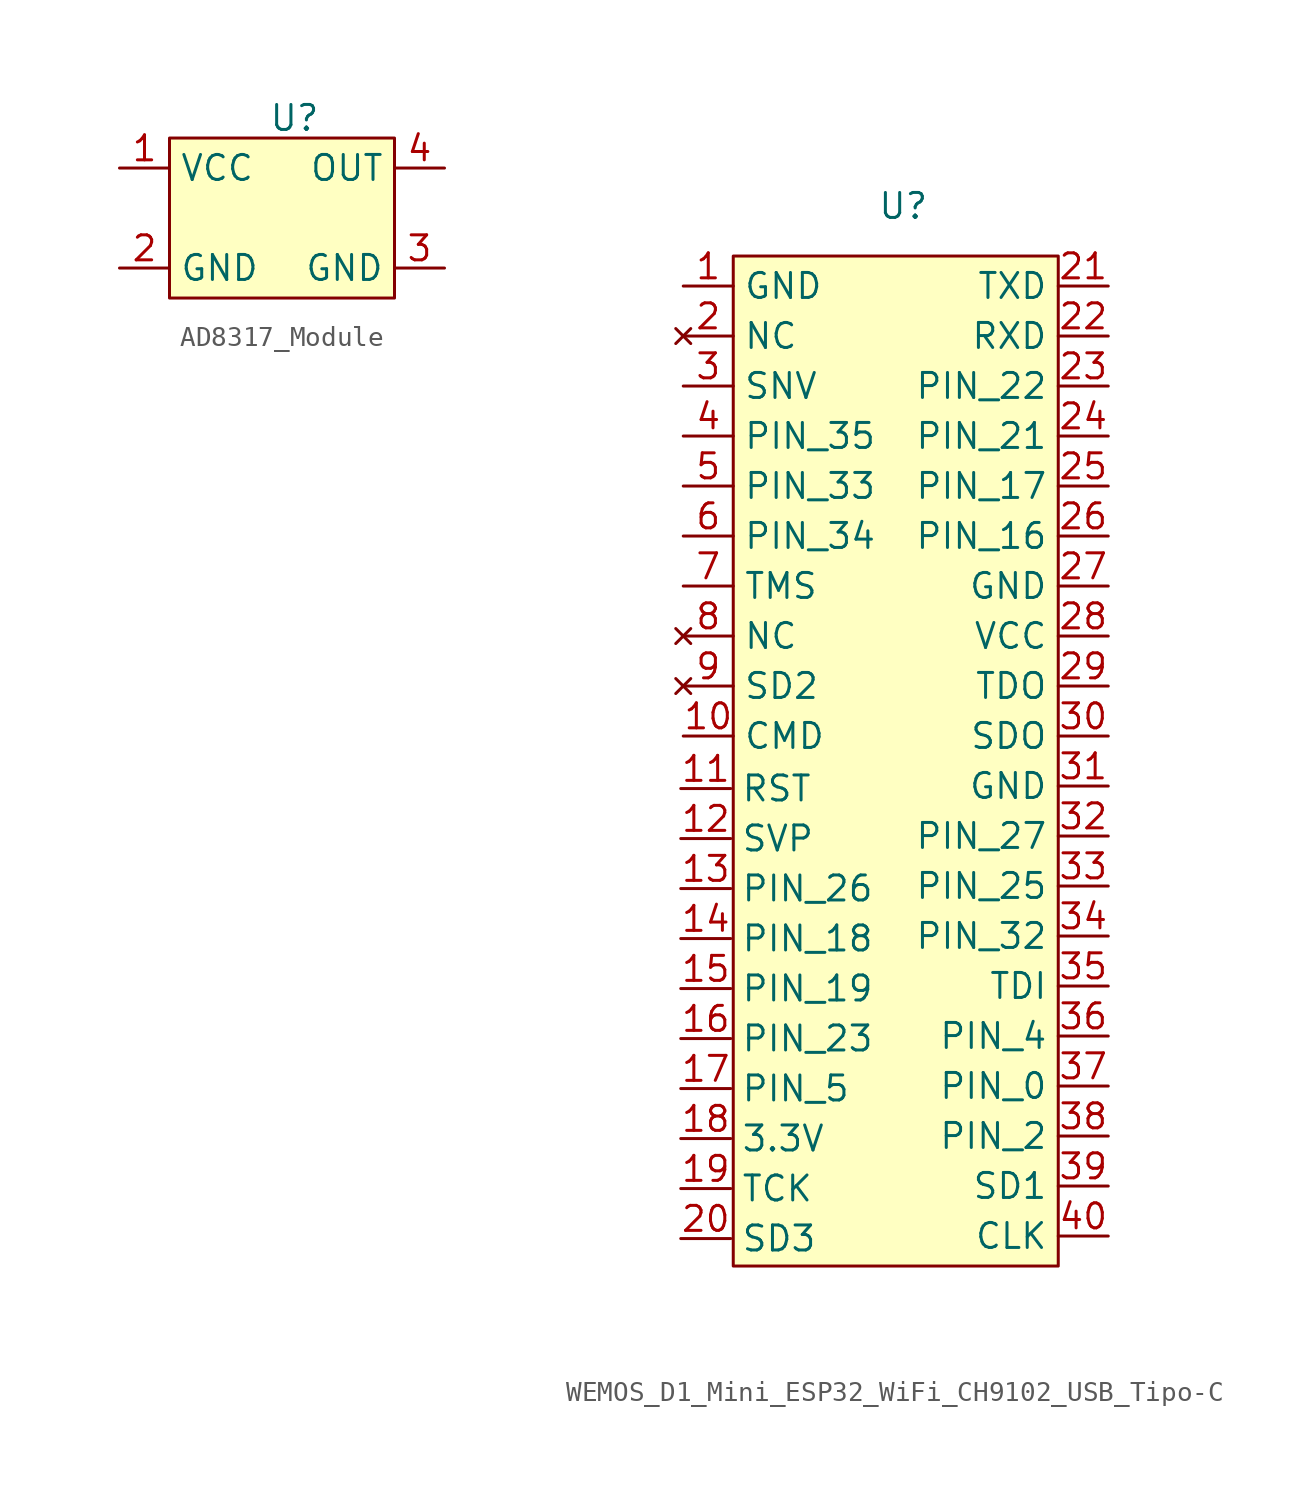
<source format=kicad_sym>
(kicad_symbol_lib
  (version 20241209)
  (generator "kicad_symbol_editor")
  (generator_version "9.0")
  (symbol "AD8317_Module"
    (property "Reference" "U"
      (at 0 5.08 0)
      (effects (font (size 1.27 1.27))))
    (property "Value" ""
      (at 0 0 0)
      (effects (font (size 1.27 1.27))))
    (symbol "AD8317_Module_1_1"
      (rectangle (start -6.35 4.064) (end 5.08 -4.064) (stroke (width 0) (type solid)) (fill (type background)))
      (pin power_in line (at -8.89 2.54 0) (length 2.54) (name "VCC" (effects (font (size 1.27 1.27)))) (number "1" (effects (font (size 1.27 1.27)))))
      (pin power_out line (at -8.89 -2.54 0) (length 2.54) (name "GND" (effects (font (size 1.27 1.27)))) (number "2" (effects (font (size 1.27 1.27)))))
      (pin output line (at 7.62 2.54 180) (length 2.54) (name "OUT" (effects (font (size 1.27 1.27)))) (number "4" (effects (font (size 1.27 1.27)))))
      (pin power_out line (at 7.62 -2.54 180) (length 2.54) (name "GND" (effects (font (size 1.27 1.27)))) (number "3" (effects (font (size 1.27 1.27)))))))
  (symbol "WEMOS_D1_Mini_ESP32_WiFi_CH9102_USB_Tipo-C"
    (property "Reference" "U"
      (at 1.016 26.924 0)
      (effects (font (size 1.27 1.27))))
    (property "Value" ""
      (at 0 0 0)
      (effects (font (size 1.27 1.27))))
    (symbol "WEMOS_D1_Mini_ESP32_WiFi_CH9102_USB_Tipo-C_1_1"
      (rectangle (start -7.62 24.384) (end 8.89 -26.924) (stroke (width 0) (type solid)) (fill (type background)))
      (pin input line (at -10.287 -2.667 0) (length 2.54) (name "RST" (effects (font (size 1.27 1.27)))) (number "11" (effects (font (size 1.27 1.27)))))
      (pin input line (at -10.287 -5.207 0) (length 2.54) (name "SVP" (effects (font (size 1.27 1.27)))) (number "12" (effects (font (size 1.27 1.27)))))
      (pin input line (at -10.287 -7.747 0) (length 2.54) (name "PIN_26" (effects (font (size 1.27 1.27)))) (number "13" (effects (font (size 1.27 1.27)))))
      (pin input line (at -10.287 -10.287 0) (length 2.54) (name "PIN_18" (effects (font (size 1.27 1.27)))) (number "14" (effects (font (size 1.27 1.27)))))
      (pin input line (at -10.287 -12.827 0) (length 2.54) (name "PIN_19" (effects (font (size 1.27 1.27)))) (number "15" (effects (font (size 1.27 1.27)))))
      (pin input line (at -10.287 -15.367 0) (length 2.54) (name "PIN_23" (effects (font (size 1.27 1.27)))) (number "16" (effects (font (size 1.27 1.27)))))
      (pin input line (at -10.287 -17.907 0) (length 2.54) (name "PIN_5" (effects (font (size 1.27 1.27)))) (number "17" (effects (font (size 1.27 1.27)))))
      (pin power_in line (at -10.287 -20.447 0) (length 2.54) (name "3.3V" (effects (font (size 1.27 1.27)))) (number "18" (effects (font (size 1.27 1.27)))))
      (pin input line (at -10.287 -22.987 0) (length 2.54) (name "TCK" (effects (font (size 1.27 1.27)))) (number "19" (effects (font (size 1.27 1.27)))))
      (pin input line (at -10.287 -25.527 0) (length 2.54) (name "SD3" (effects (font (size 1.27 1.27)))) (number "20" (effects (font (size 1.27 1.27)))))
      (pin power_out line (at -10.16 22.86 0) (length 2.54) (name "GND" (effects (font (size 1.27 1.27)))) (number "1" (effects (font (size 1.27 1.27)))))
      (pin no_connect line (at -10.16 20.32 0) (length 2.54) (name "NC" (effects (font (size 1.27 1.27)))) (number "2" (effects (font (size 1.27 1.27)))))
      (pin input line (at -10.16 17.78 0) (length 2.54) (name "SNV" (effects (font (size 1.27 1.27)))) (number "3" (effects (font (size 1.27 1.27)))))
      (pin input line (at -10.16 15.24 0) (length 2.54) (name "PIN_35" (effects (font (size 1.27 1.27)))) (number "4" (effects (font (size 1.27 1.27)))))
      (pin input line (at -10.16 12.7 0) (length 2.54) (name "PIN_33" (effects (font (size 1.27 1.27)))) (number "5" (effects (font (size 1.27 1.27)))))
      (pin input line (at -10.16 10.16 0) (length 2.54) (name "PIN_34" (effects (font (size 1.27 1.27)))) (number "6" (effects (font (size 1.27 1.27)))))
      (pin input line (at -10.16 7.62 0) (length 2.54) (name "TMS" (effects (font (size 1.27 1.27)))) (number "7" (effects (font (size 1.27 1.27)))))
      (pin no_connect line (at -10.16 5.08 0) (length 2.54) (name "NC" (effects (font (size 1.27 1.27)))) (number "8" (effects (font (size 1.27 1.27)))))
      (pin no_connect line (at -10.16 2.54 0) (length 2.54) (name "SD2" (effects (font (size 1.27 1.27)))) (number "9" (effects (font (size 1.27 1.27)))))
      (pin input line (at -10.16 0 0) (length 2.54) (name "CMD" (effects (font (size 1.27 1.27)))) (number "10" (effects (font (size 1.27 1.27)))))
      (pin output line (at 11.43 22.86 180) (length 2.54) (name "TXD" (effects (font (size 1.27 1.27)))) (number "21" (effects (font (size 1.27 1.27)))))
      (pin input line (at 11.43 20.32 180) (length 2.54) (name "RXD" (effects (font (size 1.27 1.27)))) (number "22" (effects (font (size 1.27 1.27)))))
      (pin input line (at 11.43 17.78 180) (length 2.54) (name "PIN_22" (effects (font (size 1.27 1.27)))) (number "23" (effects (font (size 1.27 1.27)))))
      (pin input line (at 11.43 15.24 180) (length 2.54) (name "PIN_21" (effects (font (size 1.27 1.27)))) (number "24" (effects (font (size 1.27 1.27)))))
      (pin input line (at 11.43 12.7 180) (length 2.54) (name "PIN_17" (effects (font (size 1.27 1.27)))) (number "25" (effects (font (size 1.27 1.27)))))
      (pin input line (at 11.43 10.16 180) (length 2.54) (name "PIN_16" (effects (font (size 1.27 1.27)))) (number "26" (effects (font (size 1.27 1.27)))))
      (pin power_out line (at 11.43 7.62 180) (length 2.54) (name "GND" (effects (font (size 1.27 1.27)))) (number "27" (effects (font (size 1.27 1.27)))))
      (pin power_in line (at 11.43 5.08 180) (length 2.54) (name "VCC" (effects (font (size 1.27 1.27)))) (number "28" (effects (font (size 1.27 1.27)))))
      (pin input line (at 11.43 2.54 180) (length 2.54) (name "TDO" (effects (font (size 1.27 1.27)))) (number "29" (effects (font (size 1.27 1.27)))))
      (pin input line (at 11.43 0 180) (length 2.54) (name "SDO" (effects (font (size 1.27 1.27)))) (number "30" (effects (font (size 1.27 1.27)))))
      (pin power_out line (at 11.43 -2.54 180) (length 2.54) (name "GND" (effects (font (size 1.27 1.27)))) (number "31" (effects (font (size 1.27 1.27)))))
      (pin input line (at 11.43 -5.08 180) (length 2.54) (name "PIN_27" (effects (font (size 1.27 1.27)))) (number "32" (effects (font (size 1.27 1.27)))))
      (pin input line (at 11.43 -7.62 180) (length 2.54) (name "PIN_25" (effects (font (size 1.27 1.27)))) (number "33" (effects (font (size 1.27 1.27)))))
      (pin input line (at 11.43 -10.16 180) (length 2.54) (name "PIN_32" (effects (font (size 1.27 1.27)))) (number "34" (effects (font (size 1.27 1.27)))))
      (pin input line (at 11.43 -12.7 180) (length 2.54) (name "TDI" (effects (font (size 1.27 1.27)))) (number "35" (effects (font (size 1.27 1.27)))))
      (pin input line (at 11.43 -15.24 180) (length 2.54) (name "PIN_4" (effects (font (size 1.27 1.27)))) (number "36" (effects (font (size 1.27 1.27)))))
      (pin input line (at 11.43 -17.78 180) (length 2.54) (name "PIN_0" (effects (font (size 1.27 1.27)))) (number "37" (effects (font (size 1.27 1.27)))))
      (pin input line (at 11.43 -20.32 180) (length 2.54) (name "PIN_2" (effects (font (size 1.27 1.27)))) (number "38" (effects (font (size 1.27 1.27)))))
      (pin input line (at 11.43 -22.86 180) (length 2.54) (name "SD1" (effects (font (size 1.27 1.27)))) (number "39" (effects (font (size 1.27 1.27)))))
      (pin input line (at 11.43 -25.4 180) (length 2.54) (name "CLK" (effects (font (size 1.27 1.27)))) (number "40" (effects (font (size 1.27 1.27))))))))
</source>
